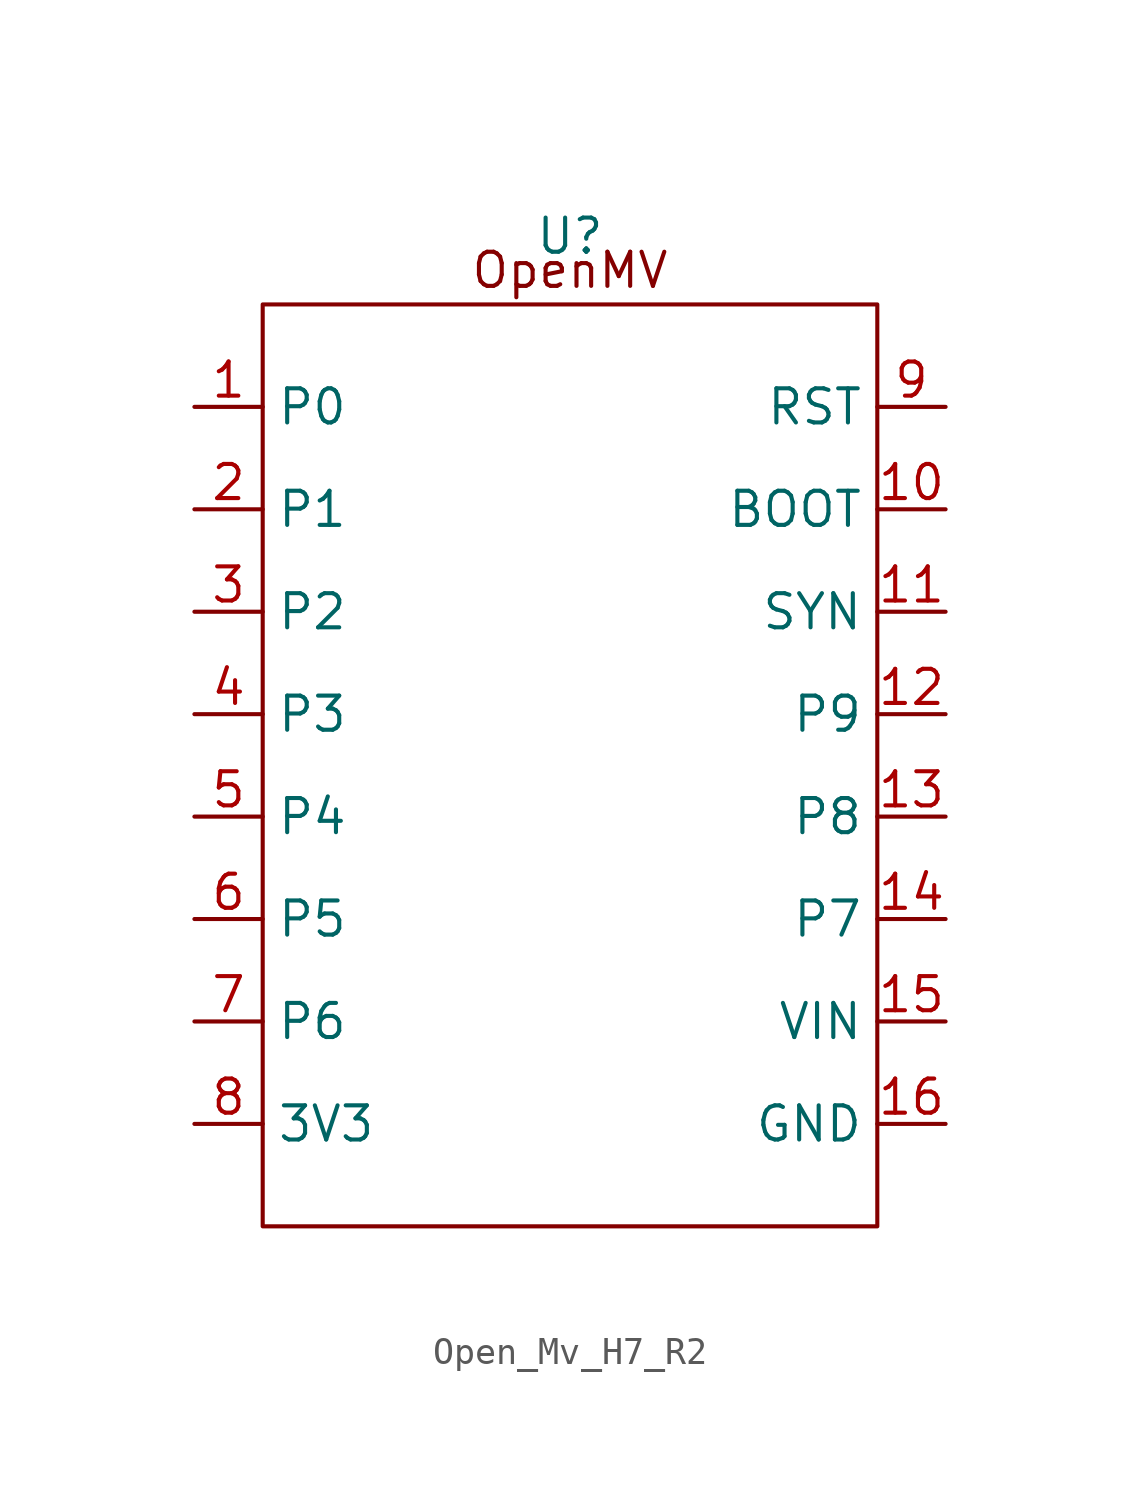
<source format=kicad_sym>
(kicad_symbol_lib
  (version 20220914)
  (generator kicad_symbol_editor)
  (symbol "Open_Mv_H7_R2"
    (property "Reference" "U"
      (at 0 19.05 0)
      (effects (font (size 1.27 1.27))))
    (property "Value" ""
      (at 0 0 0)
      (effects (font (size 1.27 1.27))))
    (symbol "Open_Mv_H7_R2_0_0"
      (text "" (at 3.81 11.43 0) (effects (font (size 1.27 1.27)))))
    (symbol "Open_Mv_H7_R2_0_1"
      (rectangle (start -11.43 16.51) (end 11.43 -17.78) (stroke (width 0) (type default)) (fill (type none))))
    (symbol "Open_Mv_H7_R2_1_1"
      (text "OpenMV" (at 0 17.78 0) (effects (font (size 1.27 1.27))))
      (pin bidirectional line (at -13.97 12.7 0) (length 2.54) (name "P0" (effects (font (size 1.27 1.27)))) (number "1" (effects (font (size 1.27 1.27)))))
      (pin input line (at 13.97 8.89 180) (length 2.54) (name "BOOT" (effects (font (size 1.27 1.27)))) (number "10" (effects (font (size 1.27 1.27)))))
      (pin output line (at 13.97 5.08 180) (length 2.54) (name "SYN" (effects (font (size 1.27 1.27)))) (number "11" (effects (font (size 1.27 1.27)))))
      (pin bidirectional line (at 13.97 1.27 180) (length 2.54) (name "P9" (effects (font (size 1.27 1.27)))) (number "12" (effects (font (size 1.27 1.27)))))
      (pin bidirectional line (at 13.97 -2.54 180) (length 2.54) (name "P8" (effects (font (size 1.27 1.27)))) (number "13" (effects (font (size 1.27 1.27)))))
      (pin bidirectional line (at 13.97 -6.35 180) (length 2.54) (name "P7" (effects (font (size 1.27 1.27)))) (number "14" (effects (font (size 1.27 1.27)))))
      (pin power_in line (at 13.97 -10.16 180) (length 2.54) (name "VIN" (effects (font (size 1.27 1.27)))) (number "15" (effects (font (size 1.27 1.27)))))
      (pin power_in line (at 13.97 -13.97 180) (length 2.54) (name "GND" (effects (font (size 1.27 1.27)))) (number "16" (effects (font (size 1.27 1.27)))))
      (pin bidirectional line (at -13.97 8.89 0) (length 2.54) (name "P1" (effects (font (size 1.27 1.27)))) (number "2" (effects (font (size 1.27 1.27)))))
      (pin bidirectional line (at -13.97 5.08 0) (length 2.54) (name "P2" (effects (font (size 1.27 1.27)))) (number "3" (effects (font (size 1.27 1.27)))))
      (pin bidirectional line (at -13.97 1.27 0) (length 2.54) (name "P3" (effects (font (size 1.27 1.27)))) (number "4" (effects (font (size 1.27 1.27)))))
      (pin bidirectional line (at -13.97 -2.54 0) (length 2.54) (name "P4" (effects (font (size 1.27 1.27)))) (number "5" (effects (font (size 1.27 1.27)))))
      (pin bidirectional line (at -13.97 -6.35 0) (length 2.54) (name "P5" (effects (font (size 1.27 1.27)))) (number "6" (effects (font (size 1.27 1.27)))))
      (pin bidirectional line (at -13.97 -10.16 0) (length 2.54) (name "P6" (effects (font (size 1.27 1.27)))) (number "7" (effects (font (size 1.27 1.27)))))
      (pin power_out line (at -13.97 -13.97 0) (length 2.54) (name "3V3" (effects (font (size 1.27 1.27)))) (number "8" (effects (font (size 1.27 1.27)))))
      (pin input line (at 13.97 12.7 180) (length 2.54) (name "RST" (effects (font (size 1.27 1.27)))) (number "9" (effects (font (size 1.27 1.27))))))))
</source>
